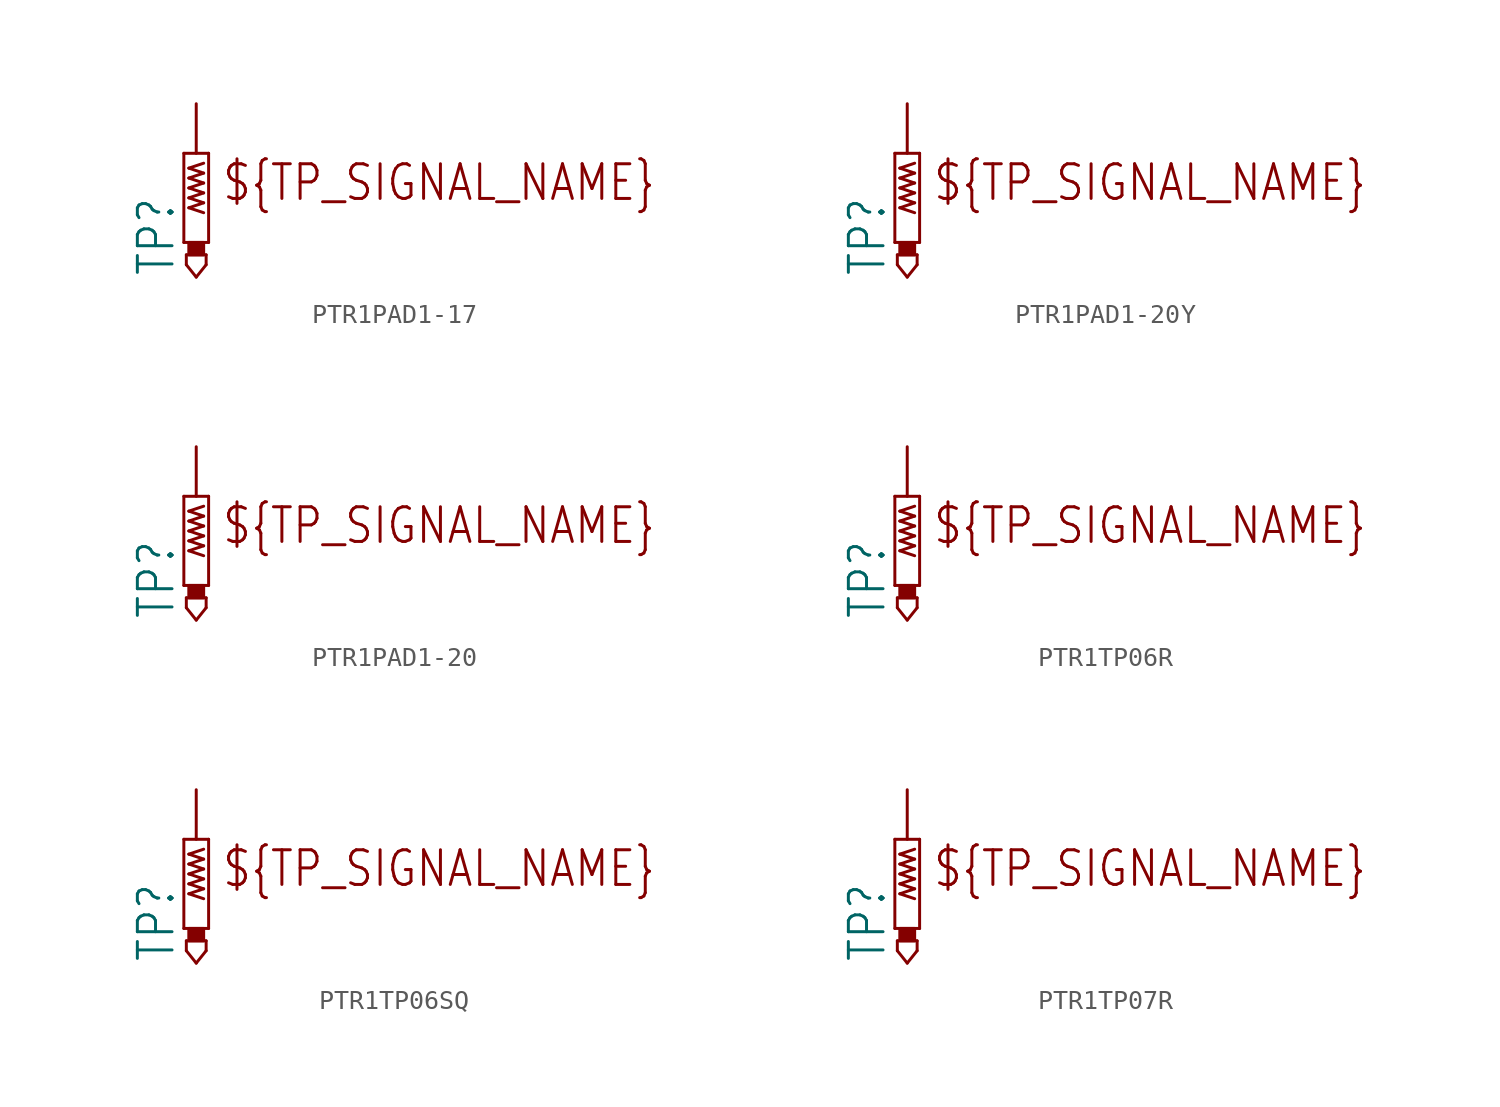
<source format=kicad_sym>
(kicad_symbol_lib
  (version 20231120)
  (generator "kicad_symbol_editor")
  (generator_version "8.0")
  (symbol "PTR1PAD1-17"
    (property "Reference" "TP"
      (at -1.016 -6.35 90)
      (effects (font (size 1.778 1.511)) (justify left bottom)))
    (property "ki_locked" ""
      (at 0 0 0)
      (effects (font (size 1.27 1.27))))
    (symbol "PTR1PAD1-17_1_0"
      (rectangle (start -0.381 -5.207) (end 0.381 -4.572) (stroke (width 0) (type default)) (fill (type outline)))
      (polyline (pts (xy -0.635 0) (xy -0.635 -4.572)) (stroke (width 0.152) (type solid)) (fill (type none)))
      (polyline (pts (xy -0.508 -5.715) (xy 0 -6.35)) (stroke (width 0.152) (type solid)) (fill (type none)))
      (polyline (pts (xy -0.508 -5.207) (xy -0.508 -5.715)) (stroke (width 0.152) (type solid)) (fill (type none)))
      (polyline (pts (xy -0.381 -2.794) (xy 0.381 -2.54)) (stroke (width 0.152) (type solid)) (fill (type none)))
      (polyline (pts (xy -0.381 -2.286) (xy 0.381 -2.032)) (stroke (width 0.152) (type solid)) (fill (type none)))
      (polyline (pts (xy -0.381 -1.778) (xy 0.381 -1.524)) (stroke (width 0.152) (type solid)) (fill (type none)))
      (polyline (pts (xy -0.381 -1.27) (xy 0.381 -1.016)) (stroke (width 0.152) (type solid)) (fill (type none)))
      (polyline (pts (xy -0.381 -0.762) (xy 0.381 -0.508)) (stroke (width 0.152) (type solid)) (fill (type none)))
      (polyline (pts (xy 0 -6.35) (xy 0.508 -5.715)) (stroke (width 0.152) (type solid)) (fill (type none)))
      (polyline (pts (xy 0.381 -3.048) (xy -0.381 -2.794)) (stroke (width 0.152) (type solid)) (fill (type none)))
      (polyline (pts (xy 0.381 -2.54) (xy -0.381 -2.286)) (stroke (width 0.152) (type solid)) (fill (type none)))
      (polyline (pts (xy 0.381 -2.032) (xy -0.381 -1.778)) (stroke (width 0.152) (type solid)) (fill (type none)))
      (polyline (pts (xy 0.381 -1.524) (xy -0.381 -1.27)) (stroke (width 0.152) (type solid)) (fill (type none)))
      (polyline (pts (xy 0.381 -1.016) (xy -0.381 -0.762)) (stroke (width 0.152) (type solid)) (fill (type none)))
      (polyline (pts (xy 0.508 -5.715) (xy 0.508 -5.207)) (stroke (width 0.152) (type solid)) (fill (type none)))
      (polyline (pts (xy 0.508 -5.207) (xy -0.508 -5.207)) (stroke (width 0.152) (type solid)) (fill (type none)))
      (polyline (pts (xy 0.635 -4.572) (xy -0.635 -4.572)) (stroke (width 0.152) (type solid)) (fill (type none)))
      (polyline (pts (xy 0.635 -4.572) (xy 0.635 0)) (stroke (width 0.152) (type solid)) (fill (type none)))
      (polyline (pts (xy 0.635 0) (xy -0.635 0)) (stroke (width 0.152) (type solid)) (fill (type none)))
      (text "${TP_SIGNAL_NAME}" (at 1.27 -2.54 0) (effects (font (size 1.778 1.511)) (justify left bottom)))
      (pin input line (at 0 2.54 270) (length 2.54) (name "TP" (effects (font (size 0 0)))) (number "TP" (effects (font (size 0 0)))))))
  (symbol "PTR1PAD1-20Y"
    (property "Reference" "TP"
      (at -1.016 -6.35 90)
      (effects (font (size 1.778 1.511)) (justify left bottom)))
    (property "ki_locked" ""
      (at 0 0 0)
      (effects (font (size 1.27 1.27))))
    (symbol "PTR1PAD1-20Y_1_0"
      (rectangle (start -0.381 -5.207) (end 0.381 -4.572) (stroke (width 0) (type default)) (fill (type outline)))
      (polyline (pts (xy -0.635 0) (xy -0.635 -4.572)) (stroke (width 0.152) (type solid)) (fill (type none)))
      (polyline (pts (xy -0.508 -5.715) (xy 0 -6.35)) (stroke (width 0.152) (type solid)) (fill (type none)))
      (polyline (pts (xy -0.508 -5.207) (xy -0.508 -5.715)) (stroke (width 0.152) (type solid)) (fill (type none)))
      (polyline (pts (xy -0.381 -2.794) (xy 0.381 -2.54)) (stroke (width 0.152) (type solid)) (fill (type none)))
      (polyline (pts (xy -0.381 -2.286) (xy 0.381 -2.032)) (stroke (width 0.152) (type solid)) (fill (type none)))
      (polyline (pts (xy -0.381 -1.778) (xy 0.381 -1.524)) (stroke (width 0.152) (type solid)) (fill (type none)))
      (polyline (pts (xy -0.381 -1.27) (xy 0.381 -1.016)) (stroke (width 0.152) (type solid)) (fill (type none)))
      (polyline (pts (xy -0.381 -0.762) (xy 0.381 -0.508)) (stroke (width 0.152) (type solid)) (fill (type none)))
      (polyline (pts (xy 0 -6.35) (xy 0.508 -5.715)) (stroke (width 0.152) (type solid)) (fill (type none)))
      (polyline (pts (xy 0.381 -3.048) (xy -0.381 -2.794)) (stroke (width 0.152) (type solid)) (fill (type none)))
      (polyline (pts (xy 0.381 -2.54) (xy -0.381 -2.286)) (stroke (width 0.152) (type solid)) (fill (type none)))
      (polyline (pts (xy 0.381 -2.032) (xy -0.381 -1.778)) (stroke (width 0.152) (type solid)) (fill (type none)))
      (polyline (pts (xy 0.381 -1.524) (xy -0.381 -1.27)) (stroke (width 0.152) (type solid)) (fill (type none)))
      (polyline (pts (xy 0.381 -1.016) (xy -0.381 -0.762)) (stroke (width 0.152) (type solid)) (fill (type none)))
      (polyline (pts (xy 0.508 -5.715) (xy 0.508 -5.207)) (stroke (width 0.152) (type solid)) (fill (type none)))
      (polyline (pts (xy 0.508 -5.207) (xy -0.508 -5.207)) (stroke (width 0.152) (type solid)) (fill (type none)))
      (polyline (pts (xy 0.635 -4.572) (xy -0.635 -4.572)) (stroke (width 0.152) (type solid)) (fill (type none)))
      (polyline (pts (xy 0.635 -4.572) (xy 0.635 0)) (stroke (width 0.152) (type solid)) (fill (type none)))
      (polyline (pts (xy 0.635 0) (xy -0.635 0)) (stroke (width 0.152) (type solid)) (fill (type none)))
      (text "${TP_SIGNAL_NAME}" (at 1.27 -2.54 0) (effects (font (size 1.778 1.511)) (justify left bottom)))
      (pin input line (at 0 2.54 270) (length 2.54) (name "TP" (effects (font (size 0 0)))) (number "TP" (effects (font (size 0 0)))))))
  (symbol "PTR1PAD1-20"
    (property "Reference" "TP"
      (at -1.016 -6.35 90)
      (effects (font (size 1.778 1.511)) (justify left bottom)))
    (property "ki_locked" ""
      (at 0 0 0)
      (effects (font (size 1.27 1.27))))
    (symbol "PTR1PAD1-20_1_0"
      (rectangle (start -0.381 -5.207) (end 0.381 -4.572) (stroke (width 0) (type default)) (fill (type outline)))
      (polyline (pts (xy -0.635 0) (xy -0.635 -4.572)) (stroke (width 0.152) (type solid)) (fill (type none)))
      (polyline (pts (xy -0.508 -5.715) (xy 0 -6.35)) (stroke (width 0.152) (type solid)) (fill (type none)))
      (polyline (pts (xy -0.508 -5.207) (xy -0.508 -5.715)) (stroke (width 0.152) (type solid)) (fill (type none)))
      (polyline (pts (xy -0.381 -2.794) (xy 0.381 -2.54)) (stroke (width 0.152) (type solid)) (fill (type none)))
      (polyline (pts (xy -0.381 -2.286) (xy 0.381 -2.032)) (stroke (width 0.152) (type solid)) (fill (type none)))
      (polyline (pts (xy -0.381 -1.778) (xy 0.381 -1.524)) (stroke (width 0.152) (type solid)) (fill (type none)))
      (polyline (pts (xy -0.381 -1.27) (xy 0.381 -1.016)) (stroke (width 0.152) (type solid)) (fill (type none)))
      (polyline (pts (xy -0.381 -0.762) (xy 0.381 -0.508)) (stroke (width 0.152) (type solid)) (fill (type none)))
      (polyline (pts (xy 0 -6.35) (xy 0.508 -5.715)) (stroke (width 0.152) (type solid)) (fill (type none)))
      (polyline (pts (xy 0.381 -3.048) (xy -0.381 -2.794)) (stroke (width 0.152) (type solid)) (fill (type none)))
      (polyline (pts (xy 0.381 -2.54) (xy -0.381 -2.286)) (stroke (width 0.152) (type solid)) (fill (type none)))
      (polyline (pts (xy 0.381 -2.032) (xy -0.381 -1.778)) (stroke (width 0.152) (type solid)) (fill (type none)))
      (polyline (pts (xy 0.381 -1.524) (xy -0.381 -1.27)) (stroke (width 0.152) (type solid)) (fill (type none)))
      (polyline (pts (xy 0.381 -1.016) (xy -0.381 -0.762)) (stroke (width 0.152) (type solid)) (fill (type none)))
      (polyline (pts (xy 0.508 -5.715) (xy 0.508 -5.207)) (stroke (width 0.152) (type solid)) (fill (type none)))
      (polyline (pts (xy 0.508 -5.207) (xy -0.508 -5.207)) (stroke (width 0.152) (type solid)) (fill (type none)))
      (polyline (pts (xy 0.635 -4.572) (xy -0.635 -4.572)) (stroke (width 0.152) (type solid)) (fill (type none)))
      (polyline (pts (xy 0.635 -4.572) (xy 0.635 0)) (stroke (width 0.152) (type solid)) (fill (type none)))
      (polyline (pts (xy 0.635 0) (xy -0.635 0)) (stroke (width 0.152) (type solid)) (fill (type none)))
      (text "${TP_SIGNAL_NAME}" (at 1.27 -2.54 0) (effects (font (size 1.778 1.511)) (justify left bottom)))
      (pin input line (at 0 2.54 270) (length 2.54) (name "TP" (effects (font (size 0 0)))) (number "TP" (effects (font (size 0 0)))))))
  (symbol "PTR1TP06R"
    (property "Reference" "TP"
      (at -1.016 -6.35 90)
      (effects (font (size 1.778 1.511)) (justify left bottom)))
    (property "ki_locked" ""
      (at 0 0 0)
      (effects (font (size 1.27 1.27))))
    (symbol "PTR1TP06R_1_0"
      (rectangle (start -0.381 -5.207) (end 0.381 -4.572) (stroke (width 0) (type default)) (fill (type outline)))
      (polyline (pts (xy -0.635 0) (xy -0.635 -4.572)) (stroke (width 0.152) (type solid)) (fill (type none)))
      (polyline (pts (xy -0.508 -5.715) (xy 0 -6.35)) (stroke (width 0.152) (type solid)) (fill (type none)))
      (polyline (pts (xy -0.508 -5.207) (xy -0.508 -5.715)) (stroke (width 0.152) (type solid)) (fill (type none)))
      (polyline (pts (xy -0.381 -2.794) (xy 0.381 -2.54)) (stroke (width 0.152) (type solid)) (fill (type none)))
      (polyline (pts (xy -0.381 -2.286) (xy 0.381 -2.032)) (stroke (width 0.152) (type solid)) (fill (type none)))
      (polyline (pts (xy -0.381 -1.778) (xy 0.381 -1.524)) (stroke (width 0.152) (type solid)) (fill (type none)))
      (polyline (pts (xy -0.381 -1.27) (xy 0.381 -1.016)) (stroke (width 0.152) (type solid)) (fill (type none)))
      (polyline (pts (xy -0.381 -0.762) (xy 0.381 -0.508)) (stroke (width 0.152) (type solid)) (fill (type none)))
      (polyline (pts (xy 0 -6.35) (xy 0.508 -5.715)) (stroke (width 0.152) (type solid)) (fill (type none)))
      (polyline (pts (xy 0.381 -3.048) (xy -0.381 -2.794)) (stroke (width 0.152) (type solid)) (fill (type none)))
      (polyline (pts (xy 0.381 -2.54) (xy -0.381 -2.286)) (stroke (width 0.152) (type solid)) (fill (type none)))
      (polyline (pts (xy 0.381 -2.032) (xy -0.381 -1.778)) (stroke (width 0.152) (type solid)) (fill (type none)))
      (polyline (pts (xy 0.381 -1.524) (xy -0.381 -1.27)) (stroke (width 0.152) (type solid)) (fill (type none)))
      (polyline (pts (xy 0.381 -1.016) (xy -0.381 -0.762)) (stroke (width 0.152) (type solid)) (fill (type none)))
      (polyline (pts (xy 0.508 -5.715) (xy 0.508 -5.207)) (stroke (width 0.152) (type solid)) (fill (type none)))
      (polyline (pts (xy 0.508 -5.207) (xy -0.508 -5.207)) (stroke (width 0.152) (type solid)) (fill (type none)))
      (polyline (pts (xy 0.635 -4.572) (xy -0.635 -4.572)) (stroke (width 0.152) (type solid)) (fill (type none)))
      (polyline (pts (xy 0.635 -4.572) (xy 0.635 0)) (stroke (width 0.152) (type solid)) (fill (type none)))
      (polyline (pts (xy 0.635 0) (xy -0.635 0)) (stroke (width 0.152) (type solid)) (fill (type none)))
      (text "${TP_SIGNAL_NAME}" (at 1.27 -2.54 0) (effects (font (size 1.778 1.511)) (justify left bottom)))
      (pin input line (at 0 2.54 270) (length 2.54) (name "TP" (effects (font (size 0 0)))) (number "TP" (effects (font (size 0 0)))))))
  (symbol "PTR1TP06SQ"
    (property "Reference" "TP"
      (at -1.016 -6.35 90)
      (effects (font (size 1.778 1.511)) (justify left bottom)))
    (property "ki_locked" ""
      (at 0 0 0)
      (effects (font (size 1.27 1.27))))
    (symbol "PTR1TP06SQ_1_0"
      (rectangle (start -0.381 -5.207) (end 0.381 -4.572) (stroke (width 0) (type default)) (fill (type outline)))
      (polyline (pts (xy -0.635 0) (xy -0.635 -4.572)) (stroke (width 0.152) (type solid)) (fill (type none)))
      (polyline (pts (xy -0.508 -5.715) (xy 0 -6.35)) (stroke (width 0.152) (type solid)) (fill (type none)))
      (polyline (pts (xy -0.508 -5.207) (xy -0.508 -5.715)) (stroke (width 0.152) (type solid)) (fill (type none)))
      (polyline (pts (xy -0.381 -2.794) (xy 0.381 -2.54)) (stroke (width 0.152) (type solid)) (fill (type none)))
      (polyline (pts (xy -0.381 -2.286) (xy 0.381 -2.032)) (stroke (width 0.152) (type solid)) (fill (type none)))
      (polyline (pts (xy -0.381 -1.778) (xy 0.381 -1.524)) (stroke (width 0.152) (type solid)) (fill (type none)))
      (polyline (pts (xy -0.381 -1.27) (xy 0.381 -1.016)) (stroke (width 0.152) (type solid)) (fill (type none)))
      (polyline (pts (xy -0.381 -0.762) (xy 0.381 -0.508)) (stroke (width 0.152) (type solid)) (fill (type none)))
      (polyline (pts (xy 0 -6.35) (xy 0.508 -5.715)) (stroke (width 0.152) (type solid)) (fill (type none)))
      (polyline (pts (xy 0.381 -3.048) (xy -0.381 -2.794)) (stroke (width 0.152) (type solid)) (fill (type none)))
      (polyline (pts (xy 0.381 -2.54) (xy -0.381 -2.286)) (stroke (width 0.152) (type solid)) (fill (type none)))
      (polyline (pts (xy 0.381 -2.032) (xy -0.381 -1.778)) (stroke (width 0.152) (type solid)) (fill (type none)))
      (polyline (pts (xy 0.381 -1.524) (xy -0.381 -1.27)) (stroke (width 0.152) (type solid)) (fill (type none)))
      (polyline (pts (xy 0.381 -1.016) (xy -0.381 -0.762)) (stroke (width 0.152) (type solid)) (fill (type none)))
      (polyline (pts (xy 0.508 -5.715) (xy 0.508 -5.207)) (stroke (width 0.152) (type solid)) (fill (type none)))
      (polyline (pts (xy 0.508 -5.207) (xy -0.508 -5.207)) (stroke (width 0.152) (type solid)) (fill (type none)))
      (polyline (pts (xy 0.635 -4.572) (xy -0.635 -4.572)) (stroke (width 0.152) (type solid)) (fill (type none)))
      (polyline (pts (xy 0.635 -4.572) (xy 0.635 0)) (stroke (width 0.152) (type solid)) (fill (type none)))
      (polyline (pts (xy 0.635 0) (xy -0.635 0)) (stroke (width 0.152) (type solid)) (fill (type none)))
      (text "${TP_SIGNAL_NAME}" (at 1.27 -2.54 0) (effects (font (size 1.778 1.511)) (justify left bottom)))
      (pin input line (at 0 2.54 270) (length 2.54) (name "TP" (effects (font (size 0 0)))) (number "TP" (effects (font (size 0 0)))))))
  (symbol "PTR1TP07R"
    (property "Reference" "TP"
      (at -1.016 -6.35 90)
      (effects (font (size 1.778 1.511)) (justify left bottom)))
    (property "ki_locked" ""
      (at 0 0 0)
      (effects (font (size 1.27 1.27))))
    (symbol "PTR1TP07R_1_0"
      (rectangle (start -0.381 -5.207) (end 0.381 -4.572) (stroke (width 0) (type default)) (fill (type outline)))
      (polyline (pts (xy -0.635 0) (xy -0.635 -4.572)) (stroke (width 0.152) (type solid)) (fill (type none)))
      (polyline (pts (xy -0.508 -5.715) (xy 0 -6.35)) (stroke (width 0.152) (type solid)) (fill (type none)))
      (polyline (pts (xy -0.508 -5.207) (xy -0.508 -5.715)) (stroke (width 0.152) (type solid)) (fill (type none)))
      (polyline (pts (xy -0.381 -2.794) (xy 0.381 -2.54)) (stroke (width 0.152) (type solid)) (fill (type none)))
      (polyline (pts (xy -0.381 -2.286) (xy 0.381 -2.032)) (stroke (width 0.152) (type solid)) (fill (type none)))
      (polyline (pts (xy -0.381 -1.778) (xy 0.381 -1.524)) (stroke (width 0.152) (type solid)) (fill (type none)))
      (polyline (pts (xy -0.381 -1.27) (xy 0.381 -1.016)) (stroke (width 0.152) (type solid)) (fill (type none)))
      (polyline (pts (xy -0.381 -0.762) (xy 0.381 -0.508)) (stroke (width 0.152) (type solid)) (fill (type none)))
      (polyline (pts (xy 0 -6.35) (xy 0.508 -5.715)) (stroke (width 0.152) (type solid)) (fill (type none)))
      (polyline (pts (xy 0.381 -3.048) (xy -0.381 -2.794)) (stroke (width 0.152) (type solid)) (fill (type none)))
      (polyline (pts (xy 0.381 -2.54) (xy -0.381 -2.286)) (stroke (width 0.152) (type solid)) (fill (type none)))
      (polyline (pts (xy 0.381 -2.032) (xy -0.381 -1.778)) (stroke (width 0.152) (type solid)) (fill (type none)))
      (polyline (pts (xy 0.381 -1.524) (xy -0.381 -1.27)) (stroke (width 0.152) (type solid)) (fill (type none)))
      (polyline (pts (xy 0.381 -1.016) (xy -0.381 -0.762)) (stroke (width 0.152) (type solid)) (fill (type none)))
      (polyline (pts (xy 0.508 -5.715) (xy 0.508 -5.207)) (stroke (width 0.152) (type solid)) (fill (type none)))
      (polyline (pts (xy 0.508 -5.207) (xy -0.508 -5.207)) (stroke (width 0.152) (type solid)) (fill (type none)))
      (polyline (pts (xy 0.635 -4.572) (xy -0.635 -4.572)) (stroke (width 0.152) (type solid)) (fill (type none)))
      (polyline (pts (xy 0.635 -4.572) (xy 0.635 0)) (stroke (width 0.152) (type solid)) (fill (type none)))
      (polyline (pts (xy 0.635 0) (xy -0.635 0)) (stroke (width 0.152) (type solid)) (fill (type none)))
      (text "${TP_SIGNAL_NAME}" (at 1.27 -2.54 0) (effects (font (size 1.778 1.511)) (justify left bottom)))
      (pin input line (at 0 2.54 270) (length 2.54) (name "TP" (effects (font (size 0 0)))) (number "TP" (effects (font (size 0 0))))))))
</source>
